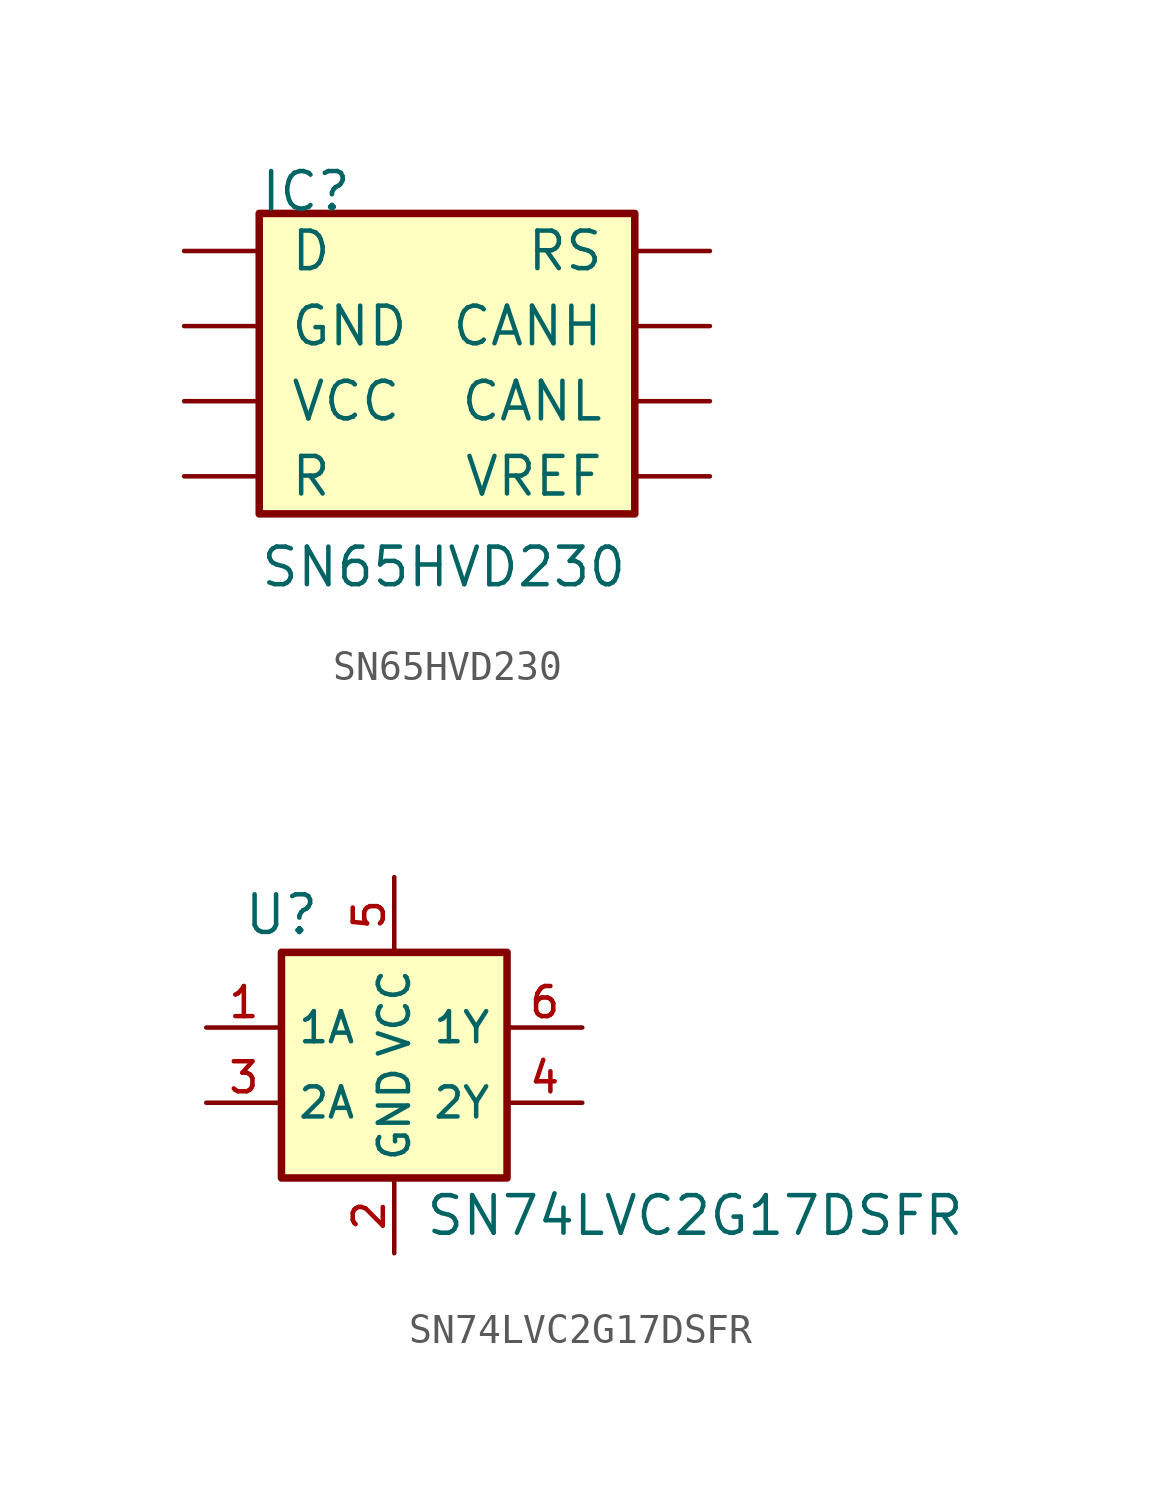
<source format=kicad_sym>
(kicad_symbol_lib
  (version 20220914)
  (generator kicad_symbol_editor)
  (symbol "SN65HVD230"
    (pin_numbers hide)
    (pin_names
      (offset 1.016))
    (property "Reference" "IC"
      (at -6.35 5.08 0)
      (effects (font (size 1.27 1.27)) (justify left bottom)))
    (property "Value" "SN65HVD230"
      (at -6.35 -7.62 0)
      (effects (font (size 1.27 1.27)) (justify left bottom)))
    (property "ki_locked" ""
      (at 0 0 0)
      (effects (font (size 1.27 1.27))))
    (symbol "SN65HVD230_0_0"
      (rectangle (start -6.35 5.08) (end 6.35 -5.08) (stroke (width 0.254) (type default)) (fill (type background)))
      (pin input line (at -8.89 3.81 0) (length 2.54) (name "D" (effects (font (size 1.27 1.27)))) (number "1" (effects (font (size 1.27 1.27)))))
      (pin power_in line (at -8.89 1.27 0) (length 2.54) (name "GND" (effects (font (size 1.27 1.27)))) (number "2" (effects (font (size 1.27 1.27)))))
      (pin power_in line (at -8.89 -1.27 0) (length 2.54) (name "VCC" (effects (font (size 1.27 1.27)))) (number "3" (effects (font (size 1.27 1.27)))))
      (pin output line (at -8.89 -3.81 0) (length 2.54) (name "R" (effects (font (size 1.27 1.27)))) (number "4" (effects (font (size 1.27 1.27)))))
      (pin output line (at 8.89 -3.81 180) (length 2.54) (name "VREF" (effects (font (size 1.27 1.27)))) (number "5" (effects (font (size 1.27 1.27)))))
      (pin bidirectional line (at 8.89 -1.27 180) (length 2.54) (name "CANL" (effects (font (size 1.27 1.27)))) (number "6" (effects (font (size 1.27 1.27)))))
      (pin bidirectional line (at 8.89 1.27 180) (length 2.54) (name "CANH" (effects (font (size 1.27 1.27)))) (number "7" (effects (font (size 1.27 1.27)))))
      (pin input line (at 8.89 3.81 180) (length 2.54) (name "RS" (effects (font (size 1.27 1.27)))) (number "8" (effects (font (size 1.27 1.27)))))))
  (symbol "SN74LVC2G17DSFR"
    (property "Reference" "U"
      (at -3.81 5.08 0)
      (effects (font (size 1.27 1.27))))
    (property "Value" "SN74LVC2G17DSFR"
      (at 10.16 -5.08 0)
      (effects (font (size 1.27 1.27))))
    (symbol "SN74LVC2G17DSFR_1_1"
      (rectangle (start -3.81 3.81) (end 3.81 -3.81) (stroke (width 0.254) (type default)) (fill (type background)))
      (pin input line (at -6.35 1.27 0) (length 2.54) (name "1A" (effects (font (size 1.016 1.016)))) (number "1" (effects (font (size 1.016 1.016)))))
      (pin power_in line (at 0 -6.35 90) (length 2.54) (name "GND" (effects (font (size 1.016 1.016)))) (number "2" (effects (font (size 1.016 1.016)))))
      (pin input line (at -6.35 -1.27 0) (length 2.54) (name "2A" (effects (font (size 1.016 1.016)))) (number "3" (effects (font (size 1.016 1.016)))))
      (pin output line (at 6.35 -1.27 180) (length 2.54) (name "2Y" (effects (font (size 1.016 1.016)))) (number "4" (effects (font (size 1.016 1.016)))))
      (pin power_in line (at 0 6.35 270) (length 2.54) (name "VCC" (effects (font (size 1.016 1.016)))) (number "5" (effects (font (size 1.016 1.016)))))
      (pin output line (at 6.35 1.27 180) (length 2.54) (name "1Y" (effects (font (size 1.016 1.016)))) (number "6" (effects (font (size 1.016 1.016))))))))
</source>
